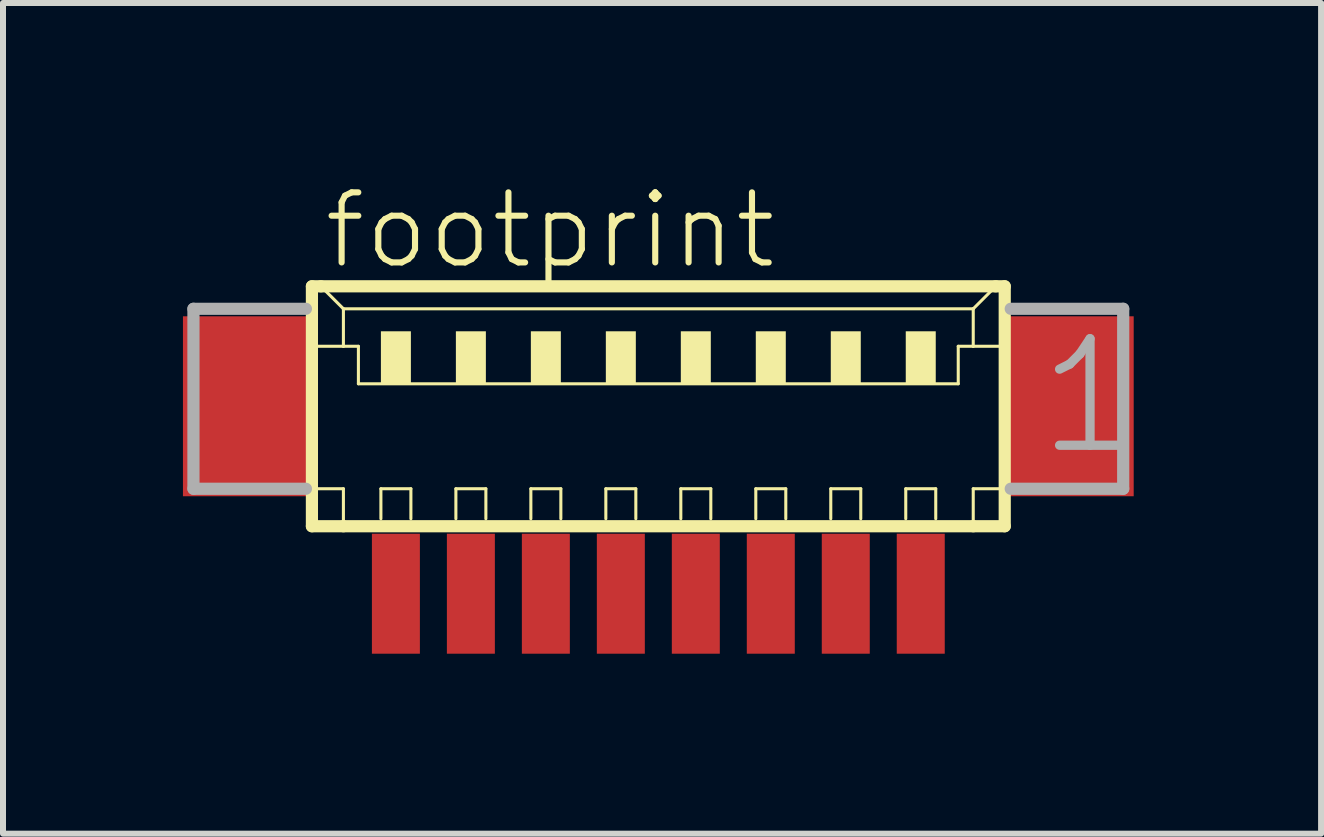
<source format=kicad_pcb>
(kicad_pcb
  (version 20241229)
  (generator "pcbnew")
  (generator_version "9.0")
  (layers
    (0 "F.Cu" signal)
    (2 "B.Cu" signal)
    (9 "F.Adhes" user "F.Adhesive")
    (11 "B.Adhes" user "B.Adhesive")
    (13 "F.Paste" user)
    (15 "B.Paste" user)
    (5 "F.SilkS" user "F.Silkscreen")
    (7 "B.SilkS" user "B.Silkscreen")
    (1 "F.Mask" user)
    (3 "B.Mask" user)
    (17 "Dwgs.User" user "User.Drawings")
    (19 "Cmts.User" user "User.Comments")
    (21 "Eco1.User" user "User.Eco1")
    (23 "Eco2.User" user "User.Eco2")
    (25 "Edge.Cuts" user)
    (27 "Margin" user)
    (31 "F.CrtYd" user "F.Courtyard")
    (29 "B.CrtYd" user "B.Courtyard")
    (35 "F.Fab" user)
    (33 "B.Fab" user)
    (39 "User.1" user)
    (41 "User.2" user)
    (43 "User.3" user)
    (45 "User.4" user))
  (footprint "footprint"
    (layer "F.Cu")
    (at 7.925 4.348)
    (property "Reference" "footprint" (at -5.625 -2.875 0) (layer "F.SilkS") (effects (font (size 1.168 1.168) (thickness 0.102)) (justify left bottom)))
    (fp_line (start -5.775 -2.625) (end -5.775 1.375) (stroke (width 0.203) (type solid)) (layer "F.SilkS"))
    (fp_line (start -5.775 1.375) (end -5.25 1.375) (stroke (width 0.203) (type solid)) (layer "F.SilkS"))
    (fp_line (start -5.75 -1.625) (end -5.25 -1.625) (stroke (width 0.051) (type solid)) (layer "F.SilkS"))
    (fp_line (start -5.75 0.75) (end -5.25 0.75) (stroke (width 0.051) (type solid)) (layer "F.SilkS"))
    (fp_line (start -5.625 -2.625) (end -5.775 -2.625) (stroke (width 0.203) (type solid)) (layer "F.SilkS"))
    (fp_line (start -5.25 -2.25) (end -5.625 -2.625) (stroke (width 0.051) (type solid)) (layer "F.SilkS"))
    (fp_line (start -5.25 -2.25) (end 5.25 -2.25) (stroke (width 0.051) (type solid)) (layer "F.SilkS"))
    (fp_line (start -5.25 -1.625) (end -5.25 -2.25) (stroke (width 0.051) (type solid)) (layer "F.SilkS"))
    (fp_line (start -5.25 -1.625) (end -5 -1.625) (stroke (width 0.051) (type solid)) (layer "F.SilkS"))
    (fp_line (start -5.25 0.75) (end -5.25 1.375) (stroke (width 0.051) (type solid)) (layer "F.SilkS"))
    (fp_line (start -5.25 1.375) (end 5.25 1.375) (stroke (width 0.203) (type solid)) (layer "F.SilkS"))
    (fp_line (start -5 -1.625) (end -5 -1) (stroke (width 0.051) (type solid)) (layer "F.SilkS"))
    (fp_line (start -5 -1) (end 5 -1) (stroke (width 0.051) (type solid)) (layer "F.SilkS"))
    (fp_line (start -4.625 0.75) (end -4.125 0.75) (stroke (width 0.051) (type solid)) (layer "F.SilkS"))
    (fp_line (start -4.625 1.25) (end -4.625 0.75) (stroke (width 0.051) (type solid)) (layer "F.SilkS"))
    (fp_line (start -4.125 0.75) (end -4.125 1.25) (stroke (width 0.051) (type solid)) (layer "F.SilkS"))
    (fp_line (start -3.375 0.75) (end -2.875 0.75) (stroke (width 0.051) (type solid)) (layer "F.SilkS"))
    (fp_line (start -3.375 1.25) (end -3.375 0.75) (stroke (width 0.051) (type solid)) (layer "F.SilkS"))
    (fp_line (start -2.875 0.75) (end -2.875 1.25) (stroke (width 0.051) (type solid)) (layer "F.SilkS"))
    (fp_line (start -2.125 0.75) (end -1.625 0.75) (stroke (width 0.051) (type solid)) (layer "F.SilkS"))
    (fp_line (start -2.125 1.25) (end -2.125 0.75) (stroke (width 0.051) (type solid)) (layer "F.SilkS"))
    (fp_line (start -1.625 0.75) (end -1.625 1.25) (stroke (width 0.051) (type solid)) (layer "F.SilkS"))
    (fp_line (start -0.875 0.75) (end -0.375 0.75) (stroke (width 0.051) (type solid)) (layer "F.SilkS"))
    (fp_line (start -0.875 1.25) (end -0.875 0.75) (stroke (width 0.051) (type solid)) (layer "F.SilkS"))
    (fp_line (start -0.375 0.75) (end -0.375 1.25) (stroke (width 0.051) (type solid)) (layer "F.SilkS"))
    (fp_line (start 0.375 0.75) (end 0.875 0.75) (stroke (width 0.051) (type solid)) (layer "F.SilkS"))
    (fp_line (start 0.375 1.25) (end 0.375 0.75) (stroke (width 0.051) (type solid)) (layer "F.SilkS"))
    (fp_line (start 0.875 0.75) (end 0.875 1.25) (stroke (width 0.051) (type solid)) (layer "F.SilkS"))
    (fp_line (start 1.625 0.75) (end 2.125 0.75) (stroke (width 0.051) (type solid)) (layer "F.SilkS"))
    (fp_line (start 1.625 1.25) (end 1.625 0.75) (stroke (width 0.051) (type solid)) (layer "F.SilkS"))
    (fp_line (start 2.125 0.75) (end 2.125 1.25) (stroke (width 0.051) (type solid)) (layer "F.SilkS"))
    (fp_line (start 2.875 0.75) (end 3.375 0.75) (stroke (width 0.051) (type solid)) (layer "F.SilkS"))
    (fp_line (start 2.875 1.25) (end 2.875 0.75) (stroke (width 0.051) (type solid)) (layer "F.SilkS"))
    (fp_line (start 3.375 0.75) (end 3.375 1.25) (stroke (width 0.051) (type solid)) (layer "F.SilkS"))
    (fp_line (start 4.125 0.75) (end 4.625 0.75) (stroke (width 0.051) (type solid)) (layer "F.SilkS"))
    (fp_line (start 4.125 1.25) (end 4.125 0.75) (stroke (width 0.051) (type solid)) (layer "F.SilkS"))
    (fp_line (start 4.625 0.75) (end 4.625 1.25) (stroke (width 0.051) (type solid)) (layer "F.SilkS"))
    (fp_line (start 5 -1.625) (end 5 -1) (stroke (width 0.051) (type solid)) (layer "F.SilkS"))
    (fp_line (start 5 -1.625) (end 5.25 -1.625) (stroke (width 0.051) (type solid)) (layer "F.SilkS"))
    (fp_line (start 5.25 -2.25) (end 5.25 -1.625) (stroke (width 0.051) (type solid)) (layer "F.SilkS"))
    (fp_line (start 5.25 -2.25) (end 5.625 -2.625) (stroke (width 0.051) (type solid)) (layer "F.SilkS"))
    (fp_line (start 5.25 -1.625) (end 5.75 -1.625) (stroke (width 0.051) (type solid)) (layer "F.SilkS"))
    (fp_line (start 5.25 0.75) (end 5.25 1.375) (stroke (width 0.051) (type solid)) (layer "F.SilkS"))
    (fp_line (start 5.25 0.75) (end 5.75 0.75) (stroke (width 0.051) (type solid)) (layer "F.SilkS"))
    (fp_line (start 5.25 1.375) (end 5.775 1.375) (stroke (width 0.203) (type solid)) (layer "F.SilkS"))
    (fp_line (start 5.625 -2.625) (end -5.625 -2.625) (stroke (width 0.203) (type solid)) (layer "F.SilkS"))
    (fp_line (start 5.775 -2.625) (end 5.625 -2.625) (stroke (width 0.203) (type solid)) (layer "F.SilkS"))
    (fp_line (start 5.775 1.375) (end 5.775 -2.625) (stroke (width 0.203) (type solid)) (layer "F.SilkS"))
    (fp_poly (pts (xy -4.625 -1) (xy -4.125 -1) (xy -4.125 -1.875) (xy -4.625 -1.875)) (stroke (width 0) (type solid)) (fill yes) (layer "F.SilkS"))
    (fp_poly (pts (xy -3.375 -1) (xy -2.875 -1) (xy -2.875 -1.875) (xy -3.375 -1.875)) (stroke (width 0) (type solid)) (fill yes) (layer "F.SilkS"))
    (fp_poly (pts (xy -2.125 -1) (xy -1.625 -1) (xy -1.625 -1.875) (xy -2.125 -1.875)) (stroke (width 0) (type solid)) (fill yes) (layer "F.SilkS"))
    (fp_poly (pts (xy -0.875 -1) (xy -0.375 -1) (xy -0.375 -1.875) (xy -0.875 -1.875)) (stroke (width 0) (type solid)) (fill yes) (layer "F.SilkS"))
    (fp_poly (pts (xy 0.375 -1) (xy 0.875 -1) (xy 0.875 -1.875) (xy 0.375 -1.875)) (stroke (width 0) (type solid)) (fill yes) (layer "F.SilkS"))
    (fp_poly (pts (xy 1.625 -1) (xy 2.125 -1) (xy 2.125 -1.875) (xy 1.625 -1.875)) (stroke (width 0) (type solid)) (fill yes) (layer "F.SilkS"))
    (fp_poly (pts (xy 2.875 -1) (xy 3.375 -1) (xy 3.375 -1.875) (xy 2.875 -1.875)) (stroke (width 0) (type solid)) (fill yes) (layer "F.SilkS"))
    (fp_poly (pts (xy 4.125 -1) (xy 4.625 -1) (xy 4.625 -1.875) (xy 4.125 -1.875)) (stroke (width 0) (type solid)) (fill yes) (layer "F.SilkS"))
    (fp_line (start -7.75 -2.25) (end -7.75 0.75) (stroke (width 0.203) (type solid)) (layer "F.Fab"))
    (fp_line (start -7.75 0.75) (end -5.875 0.75) (stroke (width 0.203) (type solid)) (layer "F.Fab"))
    (fp_line (start -5.875 -2.25) (end -7.75 -2.25) (stroke (width 0.203) (type solid)) (layer "F.Fab"))
    (fp_line (start 5.875 0.75) (end 7.75 0.75) (stroke (width 0.203) (type solid)) (layer "F.Fab"))
    (fp_line (start 7.75 -2.25) (end 5.875 -2.25) (stroke (width 0.203) (type solid)) (layer "F.Fab"))
    (fp_line (start 7.75 0.75) (end 7.75 -2.25) (stroke (width 0.203) (type solid)) (layer "F.Fab"))
    (fp_text user "1" (at 6.25 0.25 0) (layer "F.Fab") (effects (font (size 1.776 1.776) (thickness 0.154)) (justify left bottom)))
    (pad "1" smd rect (at 4.375 2.5) (size 0.8 2) (layers "F.Cu" "F.Mask" "F.Paste"))
    (pad "2" smd rect (at 3.125 2.5) (size 0.8 2) (layers "F.Cu" "F.Mask" "F.Paste"))
    (pad "3" smd rect (at 1.875 2.5) (size 0.8 2) (layers "F.Cu" "F.Mask" "F.Paste"))
    (pad "4" smd rect (at 0.625 2.5) (size 0.8 2) (layers "F.Cu" "F.Mask" "F.Paste"))
    (pad "5" smd rect (at -0.625 2.5) (size 0.8 2) (layers "F.Cu" "F.Mask" "F.Paste"))
    (pad "6" smd rect (at -1.875 2.5) (size 0.8 2) (layers "F.Cu" "F.Mask" "F.Paste"))
    (pad "7" smd rect (at -3.125 2.5) (size 0.8 2) (layers "F.Cu" "F.Mask" "F.Paste"))
    (pad "8" smd rect (at -4.375 2.5) (size 0.8 2) (layers "F.Cu" "F.Mask" "F.Paste"))
    (pad "S1" smd rect (at 6.875 -0.625) (size 2.1 3) (layers "F.Cu" "F.Mask" "F.Paste"))
    (pad "S2" smd rect (at -6.875 -0.625) (size 2.1 3) (layers "F.Cu" "F.Mask" "F.Paste")))
  (gr_rect
    (start -3 -3)
    (end 18.974 10.848)
    (stroke (width 0.1) (type default))
    (fill no)
    (layer "Edge.Cuts")))
</source>
